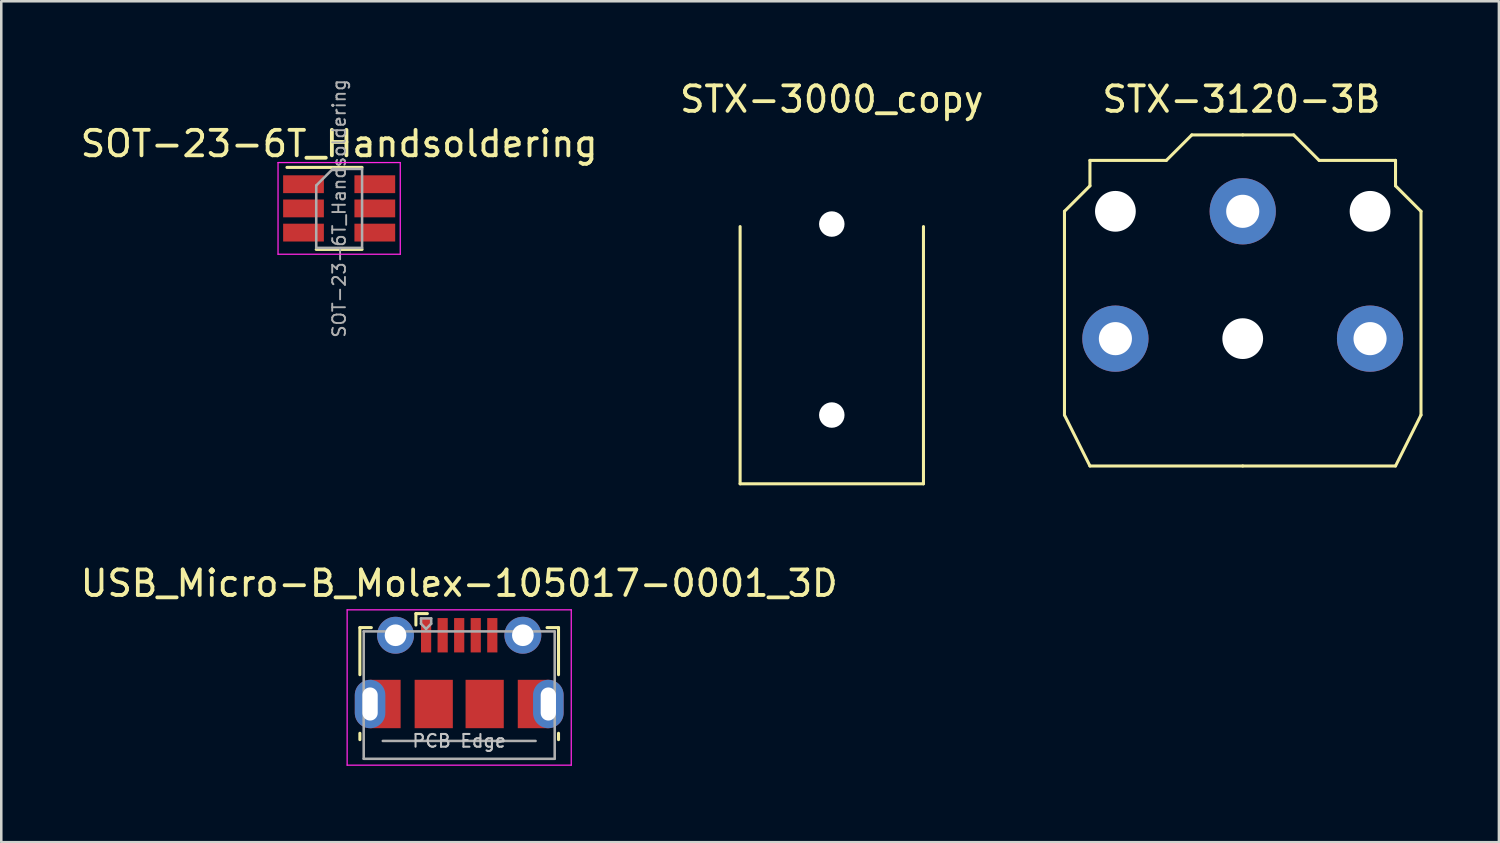
<source format=kicad_pcb>
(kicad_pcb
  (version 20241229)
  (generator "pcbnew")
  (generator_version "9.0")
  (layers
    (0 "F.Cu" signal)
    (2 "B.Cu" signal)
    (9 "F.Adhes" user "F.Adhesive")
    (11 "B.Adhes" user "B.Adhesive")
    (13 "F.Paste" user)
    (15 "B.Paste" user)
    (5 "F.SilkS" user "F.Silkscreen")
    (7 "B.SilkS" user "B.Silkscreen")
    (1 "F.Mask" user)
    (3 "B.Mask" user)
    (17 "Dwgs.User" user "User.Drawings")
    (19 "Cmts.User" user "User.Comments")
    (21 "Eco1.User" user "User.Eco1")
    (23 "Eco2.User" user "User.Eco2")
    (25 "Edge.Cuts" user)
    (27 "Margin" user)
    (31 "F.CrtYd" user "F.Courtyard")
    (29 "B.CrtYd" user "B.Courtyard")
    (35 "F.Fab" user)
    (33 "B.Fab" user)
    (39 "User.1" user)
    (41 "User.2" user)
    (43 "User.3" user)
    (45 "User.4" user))
  (footprint "STX-3000_copy"
    (layer "F.Cu")
    (at 29.613 3.848)
    (property "Reference" "STX-3000_copy" (at 0 -3 0) (layer "F.SilkS") (effects (font (size 1 1) (thickness 0.15))))
    (attr through_hole)
    (fp_line (start -3.6 12.1) (end -3.6 2) (stroke (width 0.12) (type solid)) (layer "F.SilkS"))
    (fp_line (start -3.6 12.1) (end 3.6 12.1) (stroke (width 0.12) (type solid)) (layer "F.SilkS"))
    (fp_line (start 3.6 12.1) (end 3.6 2) (stroke (width 0.12) (type solid)) (layer "F.SilkS"))
    (pad "" np_thru_hole circle (at 0 1.9) (size 1 1) (drill oval 1) (layers "*.Cu" "*.Mask"))
    (pad "" np_thru_hole circle (at 0 9.4) (size 1 1) (drill oval 1) (layers "*.Cu" "*.Mask")))
  (footprint "USB_Micro-B_Molex-105017-0001_3D"
    (layer "F.Cu")
    (at 14.982 23.357)
    (property "Reference" "USB_Micro-B_Molex-105017-0001_3D" (at 0 -3.5 0) (layer "F.SilkS") (effects (font (size 1 1) (thickness 0.15))))
    (attr through_hole)
    (fp_line (start -3.9 -1.762) (end -3.45 -1.762) (stroke (width 0.12) (type solid)) (layer "F.SilkS"))
    (fp_line (start -3.9 0.087) (end -3.9 -1.762) (stroke (width 0.12) (type solid)) (layer "F.SilkS"))
    (fp_line (start -3.9 2.638) (end -3.9 2.388) (stroke (width 0.12) (type solid)) (layer "F.SilkS"))
    (fp_line (start -1.7 -2.312) (end -1.7 -1.863) (stroke (width 0.12) (type solid)) (layer "F.SilkS"))
    (fp_line (start -1.7 -2.312) (end -1.25 -2.312) (stroke (width 0.12) (type solid)) (layer "F.SilkS"))
    (fp_line (start 3.9 -1.762) (end 3.45 -1.762) (stroke (width 0.12) (type solid)) (layer "F.SilkS"))
    (fp_line (start 3.9 0.087) (end 3.9 -1.762) (stroke (width 0.12) (type solid)) (layer "F.SilkS"))
    (fp_line (start 3.9 2.638) (end 3.9 2.388) (stroke (width 0.12) (type solid)) (layer "F.SilkS"))
    (fp_line (start -4.4 -2.46) (end 4.4 -2.46) (stroke (width 0.05) (type solid)) (layer "F.CrtYd"))
    (fp_line (start -4.4 3.64) (end -4.4 -2.46) (stroke (width 0.05) (type solid)) (layer "F.CrtYd"))
    (fp_line (start -4.4 3.64) (end 4.4 3.64) (stroke (width 0.05) (type solid)) (layer "F.CrtYd"))
    (fp_line (start 4.4 -2.46) (end 4.4 3.64) (stroke (width 0.05) (type solid)) (layer "F.CrtYd"))
    (fp_line (start -3.75 -1.613) (end 3.75 -1.613) (stroke (width 0.1) (type solid)) (layer "F.Fab"))
    (fp_line (start -3.75 3.388) (end -3.75 -1.613) (stroke (width 0.1) (type solid)) (layer "F.Fab"))
    (fp_line (start -3.75 3.389) (end 3.75 3.389) (stroke (width 0.1) (type solid)) (layer "F.Fab"))
    (fp_line (start -3 2.689) (end 3 2.689) (stroke (width 0.1) (type solid)) (layer "F.Fab"))
    (fp_line (start -1.5 -2.123) (end -1.5 -1.913) (stroke (width 0.1) (type solid)) (layer "F.Fab"))
    (fp_line (start -1.5 -2.123) (end -1.1 -2.123) (stroke (width 0.1) (type solid)) (layer "F.Fab"))
    (fp_line (start -1.3 -1.712) (end -1.5 -1.913) (stroke (width 0.1) (type solid)) (layer "F.Fab"))
    (fp_line (start -1.1 -2.123) (end -1.1 -1.913) (stroke (width 0.1) (type solid)) (layer "F.Fab"))
    (fp_line (start -1.1 -1.913) (end -1.3 -1.712) (stroke (width 0.1) (type solid)) (layer "F.Fab"))
    (fp_line (start 3.75 3.388) (end 3.75 -1.613) (stroke (width 0.1) (type solid)) (layer "F.Fab"))
    (fp_text user "PCB Edge" (at 0 2.688 0) (layer "Dwgs.User") (effects (font (size 0.5 0.5) (thickness 0.08))))
    (pad "1" smd rect (at -1.3 -1.462) (size 0.4 1.35) (layers "F.Cu" "F.Mask" "F.Paste"))
    (pad "2" smd rect (at -0.65 -1.462) (size 0.4 1.35) (layers "F.Cu" "F.Mask" "F.Paste"))
    (pad "3" smd rect (at 0 -1.462) (size 0.4 1.35) (layers "F.Cu" "F.Mask" "F.Paste"))
    (pad "4" smd rect (at 0.65 -1.462) (size 0.4 1.35) (layers "F.Cu" "F.Mask" "F.Paste"))
    (pad "5" smd rect (at 1.3 -1.462) (size 0.4 1.35) (layers "F.Cu" "F.Mask" "F.Paste"))
    (pad "6" thru_hole oval (at -3.5 1.238 180) (size 1.2 1.9) (drill oval 0.6 1.3) (layers "*.Cu" "*.Mask"))
    (pad "6" smd rect (at -2.9 1.238) (size 1.2 1.9) (layers "F.Cu" "F.Mask"))
    (pad "6" thru_hole circle (at -2.5 -1.462) (size 1.45 1.45) (drill 0.85) (layers "*.Cu" "*.Mask"))
    (pad "6" smd rect (at -1 1.238) (size 1.5 1.9) (layers "F.Cu" "F.Mask" "F.Paste"))
    (pad "6" smd rect (at 1 1.238) (size 1.5 1.9) (layers "F.Cu" "F.Mask" "F.Paste"))
    (pad "6" thru_hole circle (at 2.5 -1.462) (size 1.45 1.45) (drill 0.85) (layers "*.Cu" "*.Mask"))
    (pad "6" smd rect (at 2.9 1.238) (size 1.2 1.9) (layers "F.Cu" "F.Mask"))
    (pad "6" thru_hole oval (at 3.5 1.238) (size 1.2 1.9) (drill oval 0.6 1.3) (layers "*.Cu" "*.Mask")))
  (footprint "SOT-23-6T_Handsoldering"
    (layer "F.Cu")
    (at 10.268 5.134)
    (property "Reference" "SOT-23-6T_Handsoldering" (at 0 -2.54 0) (layer "F.SilkS") (effects (font (size 1 1) (thickness 0.15))))
    (attr through_hole)
    (fp_line (start -0.9 1.61) (end 0.9 1.61) (stroke (width 0.12) (type solid)) (layer "F.SilkS"))
    (fp_line (start 0.9 -1.61) (end -2.05 -1.61) (stroke (width 0.12) (type solid)) (layer "F.SilkS"))
    (fp_line (start -2.4 -1.8) (end 2.4 -1.8) (stroke (width 0.05) (type solid)) (layer "F.CrtYd"))
    (fp_line (start -2.4 1.8) (end -2.4 -1.8) (stroke (width 0.05) (type solid)) (layer "F.CrtYd"))
    (fp_line (start 2.4 -1.8) (end 2.4 1.8) (stroke (width 0.05) (type solid)) (layer "F.CrtYd"))
    (fp_line (start 2.4 1.8) (end -2.4 1.8) (stroke (width 0.05) (type solid)) (layer "F.CrtYd"))
    (fp_line (start -0.9 -0.9) (end -0.9 1.55) (stroke (width 0.1) (type solid)) (layer "F.Fab"))
    (fp_line (start -0.9 -0.9) (end -0.25 -1.55) (stroke (width 0.1) (type solid)) (layer "F.Fab"))
    (fp_line (start 0.9 -1.55) (end -0.25 -1.55) (stroke (width 0.1) (type solid)) (layer "F.Fab"))
    (fp_line (start 0.9 -1.55) (end 0.9 1.55) (stroke (width 0.1) (type solid)) (layer "F.Fab"))
    (fp_line (start 0.9 1.55) (end -0.9 1.55) (stroke (width 0.1) (type solid)) (layer "F.Fab"))
    (fp_text user "${REFERENCE}" (at 0 0 90) (layer "F.Fab") (effects (font (size 0.5 0.5) (thickness 0.075))))
    (pad "1" smd rect (at -1.4 -0.95) (size 1.6 0.7) (layers "F.Cu" "F.Mask" "F.Paste"))
    (pad "2" smd rect (at -1.4 0) (size 1.6 0.7) (layers "F.Cu" "F.Mask" "F.Paste"))
    (pad "3" smd rect (at -1.4 0.95) (size 1.6 0.7) (layers "F.Cu" "F.Mask" "F.Paste"))
    (pad "4" smd rect (at 1.4 0.95) (size 1.6 0.7) (layers "F.Cu" "F.Mask" "F.Paste"))
    (pad "5" smd rect (at 1.4 0) (size 1.6 0.7) (layers "F.Cu" "F.Mask" "F.Paste"))
    (pad "6" smd rect (at 1.4 -0.95) (size 1.6 0.7) (layers "F.Cu" "F.Mask" "F.Paste")))
  (footprint "STX-3120-3B"
    (layer "F.Cu")
    (at 45.75 5.248)
    (property "Reference" "STX-3120-3B" (at -0.05 -4.4 0) (layer "F.SilkS") (effects (font (size 1 1) (thickness 0.15))))
    (attr through_hole)
    (fp_line (start -7 0) (end -7 8) (stroke (width 0.12) (type solid)) (layer "F.SilkS"))
    (fp_line (start -7 8) (end -6 10) (stroke (width 0.12) (type solid)) (layer "F.SilkS"))
    (fp_line (start -6 -2) (end -3 -2) (stroke (width 0.12) (type solid)) (layer "F.SilkS"))
    (fp_line (start -6 -1) (end -7 0) (stroke (width 0.12) (type solid)) (layer "F.SilkS"))
    (fp_line (start -6 -1) (end -6 -2) (stroke (width 0.12) (type solid)) (layer "F.SilkS"))
    (fp_line (start -6 10) (end 0 10) (stroke (width 0.12) (type solid)) (layer "F.SilkS"))
    (fp_line (start -3 -2) (end -2 -3) (stroke (width 0.12) (type solid)) (layer "F.SilkS"))
    (fp_line (start -2 -3) (end 0 -3) (stroke (width 0.12) (type solid)) (layer "F.SilkS"))
    (fp_line (start 2 -3) (end 0 -3) (stroke (width 0.12) (type solid)) (layer "F.SilkS"))
    (fp_line (start 3 -2) (end 2 -3) (stroke (width 0.12) (type solid)) (layer "F.SilkS"))
    (fp_line (start 6 -2) (end 3 -2) (stroke (width 0.12) (type solid)) (layer "F.SilkS"))
    (fp_line (start 6 -1) (end 6 -2) (stroke (width 0.12) (type solid)) (layer "F.SilkS"))
    (fp_line (start 6 -1) (end 7 0) (stroke (width 0.12) (type solid)) (layer "F.SilkS"))
    (fp_line (start 6 10) (end 0 10) (stroke (width 0.12) (type solid)) (layer "F.SilkS"))
    (fp_line (start 7 0) (end 7 8) (stroke (width 0.12) (type solid)) (layer "F.SilkS"))
    (fp_line (start 7 8) (end 6 10) (stroke (width 0.12) (type solid)) (layer "F.SilkS"))
    (pad "" np_thru_hole circle (at -5 0) (size 1.6 1.6) (drill 1.6) (layers "*.Cu" "*.Mask"))
    (pad "" np_thru_hole circle (at 0 5) (size 1.6 1.6) (drill 1.6) (layers "*.Cu" "*.Mask"))
    (pad "" np_thru_hole circle (at 5 0) (size 1.6 1.6) (drill 1.6) (layers "*.Cu" "*.Mask"))
    (pad "R" thru_hole circle (at -5 5) (size 2.6 2.6) (drill 1.3) (layers "*.Cu" "*.Mask"))
    (pad "S" thru_hole circle (at 0 0) (size 2.6 2.6) (drill 1.3) (layers "*.Cu" "*.Mask"))
    (pad "T" thru_hole circle (at 5 5) (size 2.6 2.6) (drill 1.3) (layers "*.Cu" "*.Mask")))
  (gr_rect
    (start -3 -3)
    (end 55.81 30.021)
    (stroke (width 0.1) (type default))
    (fill no)
    (layer "Edge.Cuts")))
</source>
